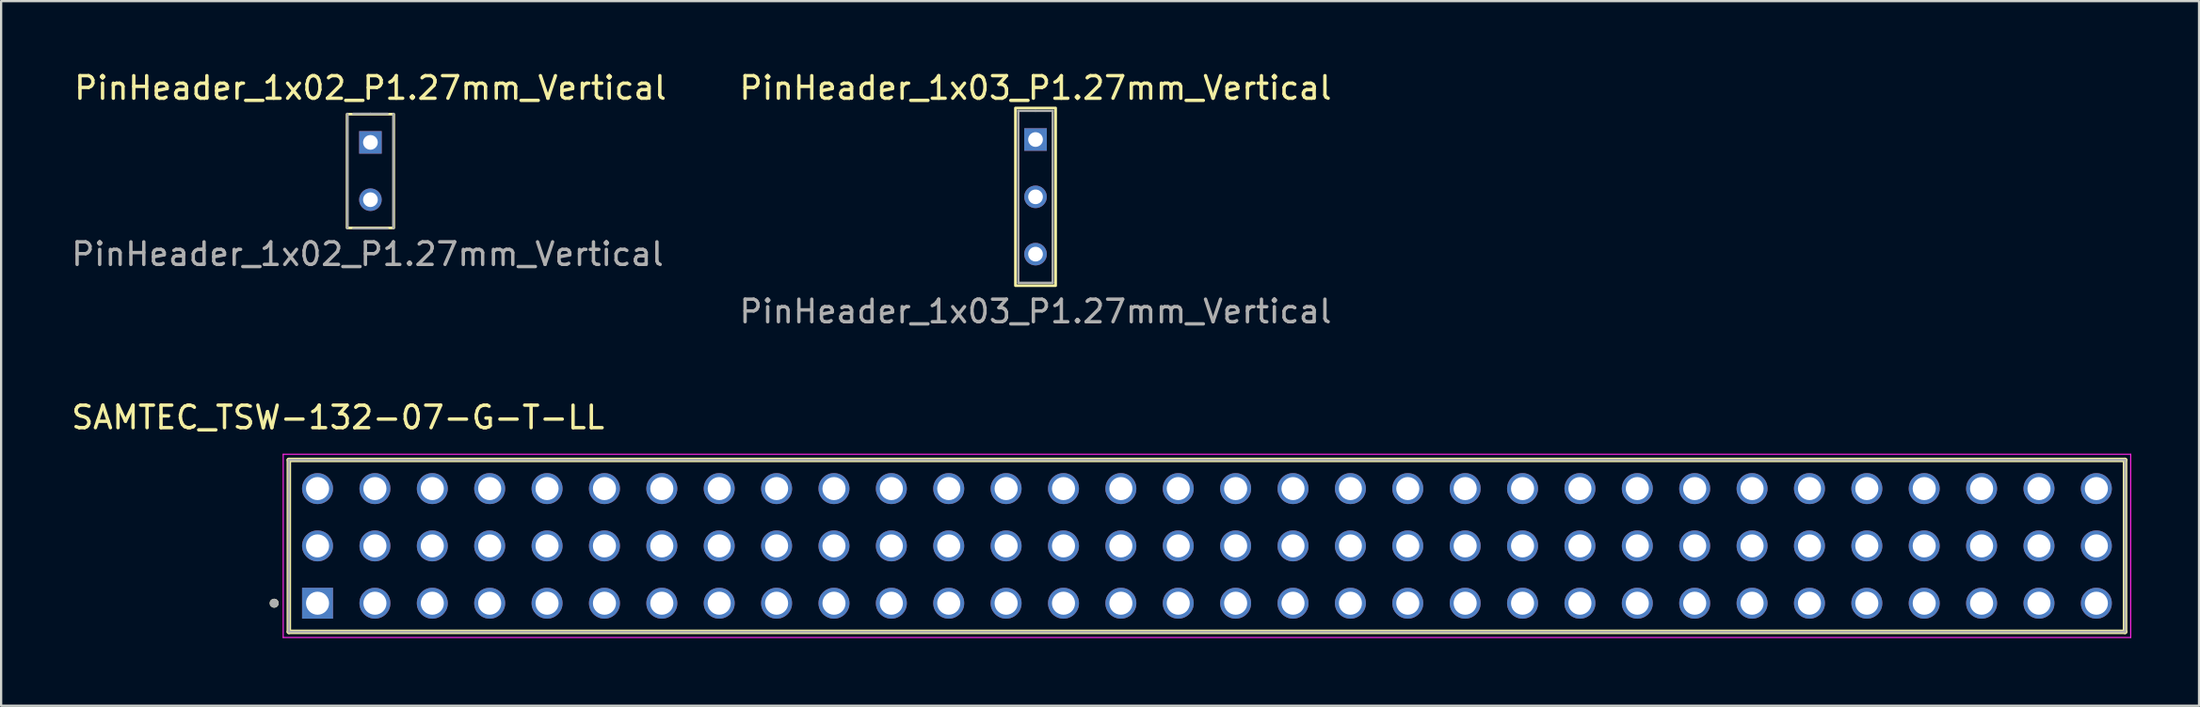
<source format=kicad_pcb>
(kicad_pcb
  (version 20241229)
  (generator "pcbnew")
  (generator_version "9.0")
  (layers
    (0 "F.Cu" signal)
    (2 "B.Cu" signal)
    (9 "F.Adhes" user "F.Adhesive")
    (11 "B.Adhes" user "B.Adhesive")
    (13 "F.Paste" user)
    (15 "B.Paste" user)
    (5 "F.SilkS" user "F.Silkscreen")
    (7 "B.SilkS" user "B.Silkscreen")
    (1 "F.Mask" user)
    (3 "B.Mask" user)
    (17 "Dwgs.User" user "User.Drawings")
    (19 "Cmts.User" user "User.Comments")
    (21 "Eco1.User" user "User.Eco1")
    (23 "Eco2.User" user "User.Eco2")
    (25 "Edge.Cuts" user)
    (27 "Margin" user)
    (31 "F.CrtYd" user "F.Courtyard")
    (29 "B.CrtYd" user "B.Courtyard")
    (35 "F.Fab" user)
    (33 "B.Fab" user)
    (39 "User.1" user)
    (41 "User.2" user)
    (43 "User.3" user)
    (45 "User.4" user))
  (footprint "SAMTEC_TSW-132-07-G-T-LL"
    (layer "F.Cu")
    (at 11.006 23.686)
    (property "Reference" "SAMTEC_TSW-132-07-G-T-LL" (at 0.905 -8.235 0) (layer "F.SilkS") (effects (font (size 1 1) (thickness 0.15))))
    (attr through_hole)
    (fp_line (start -1.27 1.27) (end -1.27 -6.35) (stroke (width 0.2) (type solid)) (layer "F.SilkS"))
    (fp_line (start 80.01 -6.35) (end -1.27 -6.35) (stroke (width 0.2) (type solid)) (layer "F.SilkS"))
    (fp_line (start 80.01 -6.35) (end 80.01 1.27) (stroke (width 0.2) (type solid)) (layer "F.SilkS"))
    (fp_line (start 80.01 1.27) (end -1.27 1.27) (stroke (width 0.2) (type solid)) (layer "F.SilkS"))
    (fp_circle (center -1.92 0) (end -1.82 0) (stroke (width 0.2) (type solid)) (fill no) (layer "F.SilkS"))
    (fp_line (start -1.52 -6.6) (end 80.26 -6.6) (stroke (width 0.05) (type solid)) (layer "F.CrtYd"))
    (fp_line (start -1.52 1.52) (end -1.52 -6.6) (stroke (width 0.05) (type solid)) (layer "F.CrtYd"))
    (fp_line (start 80.26 -6.6) (end 80.26 1.52) (stroke (width 0.05) (type solid)) (layer "F.CrtYd"))
    (fp_line (start 80.26 1.52) (end -1.52 1.52) (stroke (width 0.05) (type solid)) (layer "F.CrtYd"))
    (fp_line (start -1.27 -6.35) (end 80.01 -6.35) (stroke (width 0.1) (type solid)) (layer "F.Fab"))
    (fp_line (start -1.27 1.27) (end -1.27 -6.35) (stroke (width 0.1) (type solid)) (layer "F.Fab"))
    (fp_line (start 80.01 -6.35) (end 80.01 1.27) (stroke (width 0.1) (type solid)) (layer "F.Fab"))
    (fp_line (start 80.01 1.27) (end -1.27 1.27) (stroke (width 0.1) (type solid)) (layer "F.Fab"))
    (fp_circle (center -1.92 0) (end -1.82 0) (stroke (width 0.2) (type solid)) (fill no) (layer "F.Fab"))
    (pad "01" thru_hole rect (at 0 0) (size 1.37 1.37) (drill 1.02) (layers "*.Cu" "*.Mask"))
    (pad "02" thru_hole circle (at 0 -2.54) (size 1.37 1.37) (drill 1.02) (layers "*.Cu" "*.Mask"))
    (pad "03" thru_hole circle (at 0 -5.08) (size 1.37 1.37) (drill 1.02) (layers "*.Cu" "*.Mask"))
    (pad "04" thru_hole circle (at 2.54 0) (size 1.37 1.37) (drill 1.02) (layers "*.Cu" "*.Mask"))
    (pad "05" thru_hole circle (at 2.54 -2.54) (size 1.37 1.37) (drill 1.02) (layers "*.Cu" "*.Mask"))
    (pad "06" thru_hole circle (at 2.54 -5.08) (size 1.37 1.37) (drill 1.02) (layers "*.Cu" "*.Mask"))
    (pad "07" thru_hole circle (at 5.08 0) (size 1.37 1.37) (drill 1.02) (layers "*.Cu" "*.Mask"))
    (pad "08" thru_hole circle (at 5.08 -2.54) (size 1.37 1.37) (drill 1.02) (layers "*.Cu" "*.Mask"))
    (pad "09" thru_hole circle (at 5.08 -5.08) (size 1.37 1.37) (drill 1.02) (layers "*.Cu" "*.Mask"))
    (pad "10" thru_hole circle (at 7.62 0) (size 1.37 1.37) (drill 1.02) (layers "*.Cu" "*.Mask"))
    (pad "11" thru_hole circle (at 7.62 -2.54) (size 1.37 1.37) (drill 1.02) (layers "*.Cu" "*.Mask"))
    (pad "12" thru_hole circle (at 7.62 -5.08) (size 1.37 1.37) (drill 1.02) (layers "*.Cu" "*.Mask"))
    (pad "13" thru_hole circle (at 10.16 0) (size 1.37 1.37) (drill 1.02) (layers "*.Cu" "*.Mask"))
    (pad "14" thru_hole circle (at 10.16 -2.54) (size 1.37 1.37) (drill 1.02) (layers "*.Cu" "*.Mask"))
    (pad "15" thru_hole circle (at 10.16 -5.08) (size 1.37 1.37) (drill 1.02) (layers "*.Cu" "*.Mask"))
    (pad "16" thru_hole circle (at 12.7 0) (size 1.37 1.37) (drill 1.02) (layers "*.Cu" "*.Mask"))
    (pad "17" thru_hole circle (at 12.7 -2.54) (size 1.37 1.37) (drill 1.02) (layers "*.Cu" "*.Mask"))
    (pad "18" thru_hole circle (at 12.7 -5.08) (size 1.37 1.37) (drill 1.02) (layers "*.Cu" "*.Mask"))
    (pad "19" thru_hole circle (at 15.24 0) (size 1.37 1.37) (drill 1.02) (layers "*.Cu" "*.Mask"))
    (pad "20" thru_hole circle (at 15.24 -2.54) (size 1.37 1.37) (drill 1.02) (layers "*.Cu" "*.Mask"))
    (pad "21" thru_hole circle (at 15.24 -5.08) (size 1.37 1.37) (drill 1.02) (layers "*.Cu" "*.Mask"))
    (pad "22" thru_hole circle (at 17.78 0) (size 1.37 1.37) (drill 1.02) (layers "*.Cu" "*.Mask"))
    (pad "23" thru_hole circle (at 17.78 -2.54) (size 1.37 1.37) (drill 1.02) (layers "*.Cu" "*.Mask"))
    (pad "24" thru_hole circle (at 17.78 -5.08) (size 1.37 1.37) (drill 1.02) (layers "*.Cu" "*.Mask"))
    (pad "25" thru_hole circle (at 20.32 0) (size 1.37 1.37) (drill 1.02) (layers "*.Cu" "*.Mask"))
    (pad "26" thru_hole circle (at 20.32 -2.54) (size 1.37 1.37) (drill 1.02) (layers "*.Cu" "*.Mask"))
    (pad "27" thru_hole circle (at 20.32 -5.08) (size 1.37 1.37) (drill 1.02) (layers "*.Cu" "*.Mask"))
    (pad "28" thru_hole circle (at 22.86 0) (size 1.37 1.37) (drill 1.02) (layers "*.Cu" "*.Mask"))
    (pad "29" thru_hole circle (at 22.86 -2.54) (size 1.37 1.37) (drill 1.02) (layers "*.Cu" "*.Mask"))
    (pad "30" thru_hole circle (at 22.86 -5.08) (size 1.37 1.37) (drill 1.02) (layers "*.Cu" "*.Mask"))
    (pad "31" thru_hole circle (at 25.4 0) (size 1.37 1.37) (drill 1.02) (layers "*.Cu" "*.Mask"))
    (pad "32" thru_hole circle (at 25.4 -2.54) (size 1.37 1.37) (drill 1.02) (layers "*.Cu" "*.Mask"))
    (pad "33" thru_hole circle (at 25.4 -5.08) (size 1.37 1.37) (drill 1.02) (layers "*.Cu" "*.Mask"))
    (pad "34" thru_hole circle (at 27.94 0) (size 1.37 1.37) (drill 1.02) (layers "*.Cu" "*.Mask"))
    (pad "35" thru_hole circle (at 27.94 -2.54) (size 1.37 1.37) (drill 1.02) (layers "*.Cu" "*.Mask"))
    (pad "36" thru_hole circle (at 27.94 -5.08) (size 1.37 1.37) (drill 1.02) (layers "*.Cu" "*.Mask"))
    (pad "37" thru_hole circle (at 30.48 0) (size 1.37 1.37) (drill 1.02) (layers "*.Cu" "*.Mask"))
    (pad "38" thru_hole circle (at 30.48 -2.54) (size 1.37 1.37) (drill 1.02) (layers "*.Cu" "*.Mask"))
    (pad "39" thru_hole circle (at 30.48 -5.08) (size 1.37 1.37) (drill 1.02) (layers "*.Cu" "*.Mask"))
    (pad "40" thru_hole circle (at 33.02 0) (size 1.37 1.37) (drill 1.02) (layers "*.Cu" "*.Mask"))
    (pad "41" thru_hole circle (at 33.02 -2.54) (size 1.37 1.37) (drill 1.02) (layers "*.Cu" "*.Mask"))
    (pad "42" thru_hole circle (at 33.02 -5.08) (size 1.37 1.37) (drill 1.02) (layers "*.Cu" "*.Mask"))
    (pad "43" thru_hole circle (at 35.56 0) (size 1.37 1.37) (drill 1.02) (layers "*.Cu" "*.Mask"))
    (pad "44" thru_hole circle (at 35.56 -2.54) (size 1.37 1.37) (drill 1.02) (layers "*.Cu" "*.Mask"))
    (pad "45" thru_hole circle (at 35.56 -5.08) (size 1.37 1.37) (drill 1.02) (layers "*.Cu" "*.Mask"))
    (pad "46" thru_hole circle (at 38.1 0) (size 1.37 1.37) (drill 1.02) (layers "*.Cu" "*.Mask"))
    (pad "47" thru_hole circle (at 38.1 -2.54) (size 1.37 1.37) (drill 1.02) (layers "*.Cu" "*.Mask"))
    (pad "48" thru_hole circle (at 38.1 -5.08) (size 1.37 1.37) (drill 1.02) (layers "*.Cu" "*.Mask"))
    (pad "49" thru_hole circle (at 40.64 0) (size 1.37 1.37) (drill 1.02) (layers "*.Cu" "*.Mask"))
    (pad "50" thru_hole circle (at 40.64 -2.54) (size 1.37 1.37) (drill 1.02) (layers "*.Cu" "*.Mask"))
    (pad "51" thru_hole circle (at 40.64 -5.08) (size 1.37 1.37) (drill 1.02) (layers "*.Cu" "*.Mask"))
    (pad "52" thru_hole circle (at 43.18 0) (size 1.37 1.37) (drill 1.02) (layers "*.Cu" "*.Mask"))
    (pad "53" thru_hole circle (at 43.18 -2.54) (size 1.37 1.37) (drill 1.02) (layers "*.Cu" "*.Mask"))
    (pad "54" thru_hole circle (at 43.18 -5.08) (size 1.37 1.37) (drill 1.02) (layers "*.Cu" "*.Mask"))
    (pad "55" thru_hole circle (at 45.72 0) (size 1.37 1.37) (drill 1.02) (layers "*.Cu" "*.Mask"))
    (pad "56" thru_hole circle (at 45.72 -2.54) (size 1.37 1.37) (drill 1.02) (layers "*.Cu" "*.Mask"))
    (pad "57" thru_hole circle (at 45.72 -5.08) (size 1.37 1.37) (drill 1.02) (layers "*.Cu" "*.Mask"))
    (pad "58" thru_hole circle (at 48.26 0) (size 1.37 1.37) (drill 1.02) (layers "*.Cu" "*.Mask"))
    (pad "59" thru_hole circle (at 48.26 -2.54) (size 1.37 1.37) (drill 1.02) (layers "*.Cu" "*.Mask"))
    (pad "60" thru_hole circle (at 48.26 -5.08) (size 1.37 1.37) (drill 1.02) (layers "*.Cu" "*.Mask"))
    (pad "61" thru_hole circle (at 50.8 0) (size 1.37 1.37) (drill 1.02) (layers "*.Cu" "*.Mask"))
    (pad "62" thru_hole circle (at 50.8 -2.54) (size 1.37 1.37) (drill 1.02) (layers "*.Cu" "*.Mask"))
    (pad "63" thru_hole circle (at 50.8 -5.08) (size 1.37 1.37) (drill 1.02) (layers "*.Cu" "*.Mask"))
    (pad "64" thru_hole circle (at 53.34 0) (size 1.37 1.37) (drill 1.02) (layers "*.Cu" "*.Mask"))
    (pad "65" thru_hole circle (at 53.34 -2.54) (size 1.37 1.37) (drill 1.02) (layers "*.Cu" "*.Mask"))
    (pad "66" thru_hole circle (at 53.34 -5.08) (size 1.37 1.37) (drill 1.02) (layers "*.Cu" "*.Mask"))
    (pad "67" thru_hole circle (at 55.88 0) (size 1.37 1.37) (drill 1.02) (layers "*.Cu" "*.Mask"))
    (pad "68" thru_hole circle (at 55.88 -2.54) (size 1.37 1.37) (drill 1.02) (layers "*.Cu" "*.Mask"))
    (pad "69" thru_hole circle (at 55.88 -5.08) (size 1.37 1.37) (drill 1.02) (layers "*.Cu" "*.Mask"))
    (pad "70" thru_hole circle (at 58.42 0) (size 1.37 1.37) (drill 1.02) (layers "*.Cu" "*.Mask"))
    (pad "71" thru_hole circle (at 58.42 -2.54) (size 1.37 1.37) (drill 1.02) (layers "*.Cu" "*.Mask"))
    (pad "72" thru_hole circle (at 58.42 -5.08) (size 1.37 1.37) (drill 1.02) (layers "*.Cu" "*.Mask"))
    (pad "73" thru_hole circle (at 60.96 0) (size 1.37 1.37) (drill 1.02) (layers "*.Cu" "*.Mask"))
    (pad "74" thru_hole circle (at 60.96 -2.54) (size 1.37 1.37) (drill 1.02) (layers "*.Cu" "*.Mask"))
    (pad "75" thru_hole circle (at 60.96 -5.08) (size 1.37 1.37) (drill 1.02) (layers "*.Cu" "*.Mask"))
    (pad "76" thru_hole circle (at 63.5 0) (size 1.37 1.37) (drill 1.02) (layers "*.Cu" "*.Mask"))
    (pad "77" thru_hole circle (at 63.5 -2.54) (size 1.37 1.37) (drill 1.02) (layers "*.Cu" "*.Mask"))
    (pad "78" thru_hole circle (at 63.5 -5.08) (size 1.37 1.37) (drill 1.02) (layers "*.Cu" "*.Mask"))
    (pad "79" thru_hole circle (at 66.04 0) (size 1.37 1.37) (drill 1.02) (layers "*.Cu" "*.Mask"))
    (pad "80" thru_hole circle (at 66.04 -2.54) (size 1.37 1.37) (drill 1.02) (layers "*.Cu" "*.Mask"))
    (pad "81" thru_hole circle (at 66.04 -5.08) (size 1.37 1.37) (drill 1.02) (layers "*.Cu" "*.Mask"))
    (pad "82" thru_hole circle (at 68.58 0) (size 1.37 1.37) (drill 1.02) (layers "*.Cu" "*.Mask"))
    (pad "83" thru_hole circle (at 68.58 -2.54) (size 1.37 1.37) (drill 1.02) (layers "*.Cu" "*.Mask"))
    (pad "84" thru_hole circle (at 68.58 -5.08) (size 1.37 1.37) (drill 1.02) (layers "*.Cu" "*.Mask"))
    (pad "85" thru_hole circle (at 71.12 0) (size 1.37 1.37) (drill 1.02) (layers "*.Cu" "*.Mask"))
    (pad "86" thru_hole circle (at 71.12 -2.54) (size 1.37 1.37) (drill 1.02) (layers "*.Cu" "*.Mask"))
    (pad "87" thru_hole circle (at 71.12 -5.08) (size 1.37 1.37) (drill 1.02) (layers "*.Cu" "*.Mask"))
    (pad "88" thru_hole circle (at 73.66 0) (size 1.37 1.37) (drill 1.02) (layers "*.Cu" "*.Mask"))
    (pad "89" thru_hole circle (at 73.66 -2.54) (size 1.37 1.37) (drill 1.02) (layers "*.Cu" "*.Mask"))
    (pad "90" thru_hole circle (at 73.66 -5.08) (size 1.37 1.37) (drill 1.02) (layers "*.Cu" "*.Mask"))
    (pad "91" thru_hole circle (at 76.2 0) (size 1.37 1.37) (drill 1.02) (layers "*.Cu" "*.Mask"))
    (pad "92" thru_hole circle (at 76.2 -2.54) (size 1.37 1.37) (drill 1.02) (layers "*.Cu" "*.Mask"))
    (pad "93" thru_hole circle (at 76.2 -5.08) (size 1.37 1.37) (drill 1.02) (layers "*.Cu" "*.Mask"))
    (pad "94" thru_hole circle (at 78.74 0) (size 1.37 1.37) (drill 1.02) (layers "*.Cu" "*.Mask"))
    (pad "95" thru_hole circle (at 78.74 -2.54) (size 1.37 1.37) (drill 1.02) (layers "*.Cu" "*.Mask"))
    (pad "96" thru_hole circle (at 78.74 -5.08) (size 1.37 1.37) (drill 1.02) (layers "*.Cu" "*.Mask")))
  (footprint "PinHeader_1x02_P1.27mm_Vertical"
    (layer "F.Cu")
    (at 13.347 3.261)
    (property "Reference" "PinHeader_1x02_P1.27mm_Vertical" (at 0 -2.413 0) (layer "F.SilkS") (effects (font (size 1 1) (thickness 0.15))))
    (attr through_hole)
    (fp_rect (start -1.032 -1.251) (end 1.032 3.791) (stroke (width 0.12) (type solid)) (fill no) (layer "F.SilkS"))
    (fp_line (start -1.016 3.81) (end -1.016 -1.27) (stroke (width 0.1) (type solid)) (layer "F.Fab"))
    (fp_line (start -0.762 -1.27) (end 0 -1.27) (stroke (width 0.1) (type solid)) (layer "F.Fab"))
    (fp_line (start 0 -1.27) (end 0.762 -1.27) (stroke (width 0.1) (type solid)) (layer "F.Fab"))
    (fp_line (start 0.762 3.81) (end -0.762 3.81) (stroke (width 0.1) (type solid)) (layer "F.Fab"))
    (fp_line (start 1.016 -1.27) (end 1.016 3.81) (stroke (width 0.1) (type solid)) (layer "F.Fab"))
    (fp_text user "${REFERENCE}" (at -0.127 4.953 180) (layer "F.Fab") (effects (font (size 1 1) (thickness 0.15))))
    (pad "1" thru_hole rect (at 0 0) (size 1 1) (drill 0.65) (layers "*.Cu" "*.Mask"))
    (pad "2" thru_hole oval (at 0 2.54) (size 1 1) (drill 0.65) (layers "*.Cu" "*.Mask")))
  (footprint "PinHeader_1x03_P1.27mm_Vertical"
    (layer "F.Cu")
    (at 42.788 3.134)
    (property "Reference" "PinHeader_1x03_P1.27mm_Vertical" (at 0 -2.286 0) (layer "F.SilkS") (effects (font (size 1 1) (thickness 0.15))))
    (attr through_hole)
    (fp_rect (start -0.889 -1.397) (end 0.889 6.477) (stroke (width 0.12) (type solid)) (fill no) (layer "F.SilkS"))
    (fp_line (start -0.762 -1.27) (end 0 -1.27) (stroke (width 0.1) (type solid)) (layer "F.Fab"))
    (fp_line (start -0.762 6.35) (end -0.762 -1.27) (stroke (width 0.1) (type solid)) (layer "F.Fab"))
    (fp_line (start 0 -1.27) (end 0.762 -1.27) (stroke (width 0.1) (type solid)) (layer "F.Fab"))
    (fp_line (start 0.762 -1.27) (end 0.762 6.35) (stroke (width 0.1) (type solid)) (layer "F.Fab"))
    (fp_line (start 0.762 6.35) (end -0.762 6.35) (stroke (width 0.1) (type solid)) (layer "F.Fab"))
    (fp_text user "${REFERENCE}" (at 0 7.62 180) (layer "F.Fab") (effects (font (size 1 1) (thickness 0.15))))
    (pad "1" thru_hole rect (at 0 0) (size 1 1) (drill 0.65) (layers "*.Cu" "*.Mask"))
    (pad "2" thru_hole oval (at 0 2.54) (size 1 1) (drill 0.65) (layers "*.Cu" "*.Mask"))
    (pad "3" thru_hole oval (at 0 5.08) (size 1 1) (drill 0.65) (layers "*.Cu" "*.Mask")))
  (gr_rect
    (start -3 -3)
    (end 94.291 28.231)
    (stroke (width 0.1) (type default))
    (fill no)
    (layer "Edge.Cuts")))
</source>
